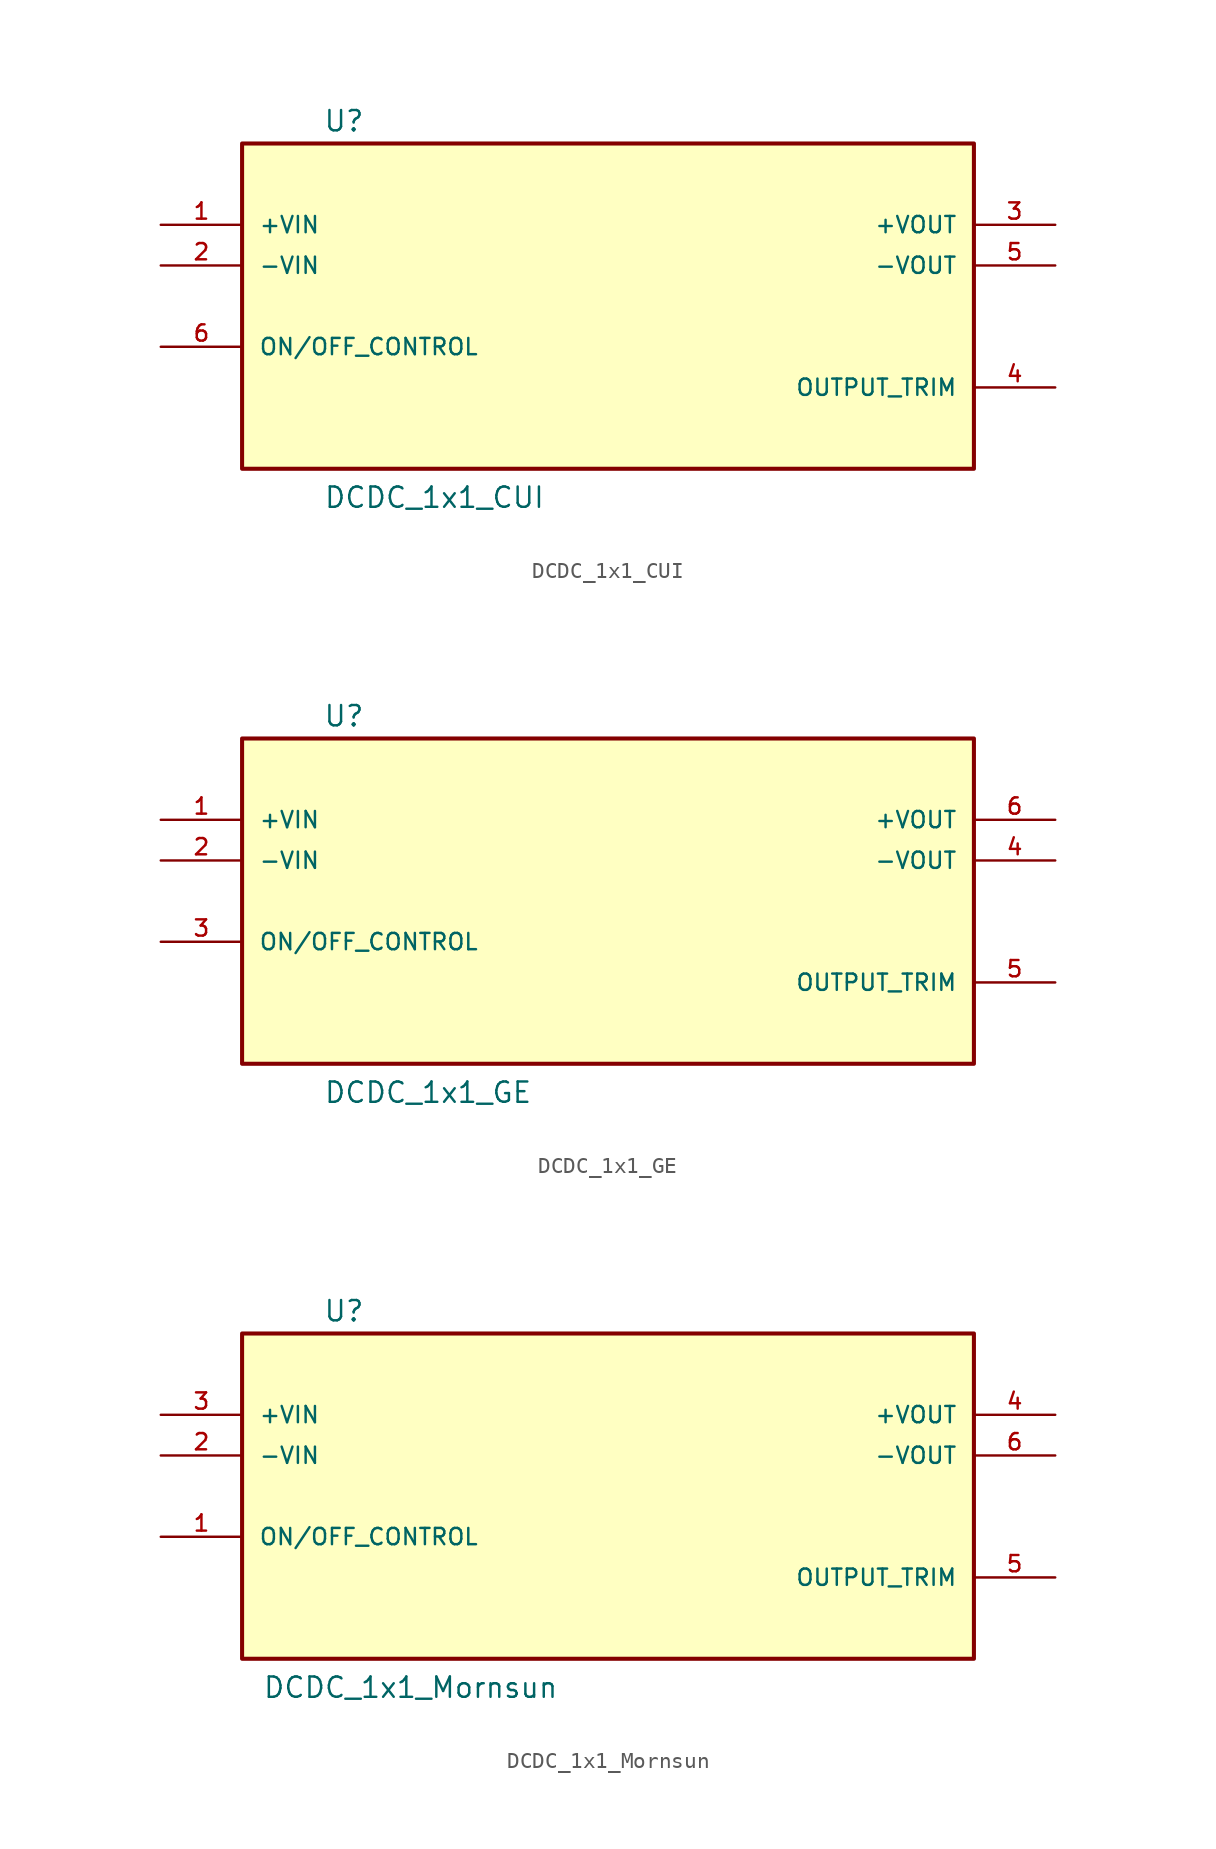
<source format=kicad_sym>
(kicad_symbol_lib
  (version 20211014)
  (generator kicad_symbol_editor)
  (symbol "DCDC_1x1_CUI"
    (pin_names
      (offset 1.016))
    (property "Reference" "U"
      (at -17.805 10.82 0)
      (effects (font (size 1.27 1.27)) (justify left bottom)))
    (property "Value" "DCDC_1x1_CUI"
      (at -17.78 -12.7 0)
      (effects (font (size 1.27 1.27)) (justify left bottom)))
    (symbol "DCDC_1x1_CUI_0_0"
      (rectangle (start -22.86 -10.16) (end 22.86 10.16) (stroke (width 0.254) (type default) (color 0 0 0 0)) (fill (type background)))
      (pin input line (at -27.94 5.08 0) (length 5.08) (name "+VIN" (effects (font (size 1.016 1.016)))) (number "1" (effects (font (size 1.016 1.016)))))
      (pin input line (at -27.94 2.54 0) (length 5.08) (name "-VIN" (effects (font (size 1.016 1.016)))) (number "2" (effects (font (size 1.016 1.016)))))
      (pin output line (at 27.94 5.08 180) (length 5.08) (name "+VOUT" (effects (font (size 1.016 1.016)))) (number "3" (effects (font (size 1.016 1.016)))))
      (pin output line (at 27.94 -5.08 180) (length 5.08) (name "OUTPUT_TRIM" (effects (font (size 1.016 1.016)))) (number "4" (effects (font (size 1.016 1.016)))))
      (pin output line (at 27.94 2.54 180) (length 5.08) (name "-VOUT" (effects (font (size 1.016 1.016)))) (number "5" (effects (font (size 1.016 1.016)))))
      (pin passive line (at -27.94 -2.54 0) (length 5.08) (name "ON/OFF_CONTROL" (effects (font (size 1.016 1.016)))) (number "6" (effects (font (size 1.016 1.016)))))))
  (symbol "DCDC_1x1_GE"
    (pin_names
      (offset 1.016))
    (property "Reference" "U"
      (at -17.805 10.82 0)
      (effects (font (size 1.27 1.27)) (justify left bottom)))
    (property "Value" "DCDC_1x1_GE"
      (at -17.78 -12.7 0)
      (effects (font (size 1.27 1.27)) (justify left bottom)))
    (symbol "DCDC_1x1_GE_0_0"
      (rectangle (start -22.86 -10.16) (end 22.86 10.16) (stroke (width 0.254) (type default) (color 0 0 0 0)) (fill (type background)))
      (pin input line (at -27.94 5.08 0) (length 5.08) (name "+VIN" (effects (font (size 1.016 1.016)))) (number "1" (effects (font (size 1.016 1.016)))))
      (pin input line (at -27.94 2.54 0) (length 5.08) (name "-VIN" (effects (font (size 1.016 1.016)))) (number "2" (effects (font (size 1.016 1.016)))))
      (pin passive line (at -27.94 -2.54 0) (length 5.08) (name "ON/OFF_CONTROL" (effects (font (size 1.016 1.016)))) (number "3" (effects (font (size 1.016 1.016)))))
      (pin output line (at 27.94 2.54 180) (length 5.08) (name "-VOUT" (effects (font (size 1.016 1.016)))) (number "4" (effects (font (size 1.016 1.016)))))
      (pin output line (at 27.94 -5.08 180) (length 5.08) (name "OUTPUT_TRIM" (effects (font (size 1.016 1.016)))) (number "5" (effects (font (size 1.016 1.016)))))
      (pin output line (at 27.94 5.08 180) (length 5.08) (name "+VOUT" (effects (font (size 1.016 1.016)))) (number "6" (effects (font (size 1.016 1.016)))))))
  (symbol "DCDC_1x1_Mornsun"
    (pin_names
      (offset 1.016))
    (property "Reference" "U"
      (at -17.805 10.82 0)
      (effects (font (size 1.27 1.27)) (justify left bottom)))
    (property "Value" "DCDC_1x1_Mornsun"
      (at -21.59 -12.7 0)
      (effects (font (size 1.27 1.27)) (justify left bottom)))
    (symbol "DCDC_1x1_Mornsun_0_0"
      (rectangle (start -22.86 -10.16) (end 22.86 10.16) (stroke (width 0.254) (type default) (color 0 0 0 0)) (fill (type background)))
      (pin passive line (at -27.94 -2.54 0) (length 5.08) (name "ON/OFF_CONTROL" (effects (font (size 1.016 1.016)))) (number "1" (effects (font (size 1.016 1.016)))))
      (pin passive line (at -27.94 2.54 0) (length 5.08) (name "-VIN" (effects (font (size 1.016 1.016)))) (number "2" (effects (font (size 1.016 1.016)))))
      (pin passive line (at -27.94 5.08 0) (length 5.08) (name "+VIN" (effects (font (size 1.016 1.016)))) (number "3" (effects (font (size 1.016 1.016)))))
      (pin passive line (at 27.94 5.08 180) (length 5.08) (name "+VOUT" (effects (font (size 1.016 1.016)))) (number "4" (effects (font (size 1.016 1.016)))))
      (pin output line (at 27.94 -5.08 180) (length 5.08) (name "OUTPUT_TRIM" (effects (font (size 1.016 1.016)))) (number "5" (effects (font (size 1.016 1.016)))))
      (pin passive line (at 27.94 2.54 180) (length 5.08) (name "-VOUT" (effects (font (size 1.016 1.016)))) (number "6" (effects (font (size 1.016 1.016))))))))
</source>
